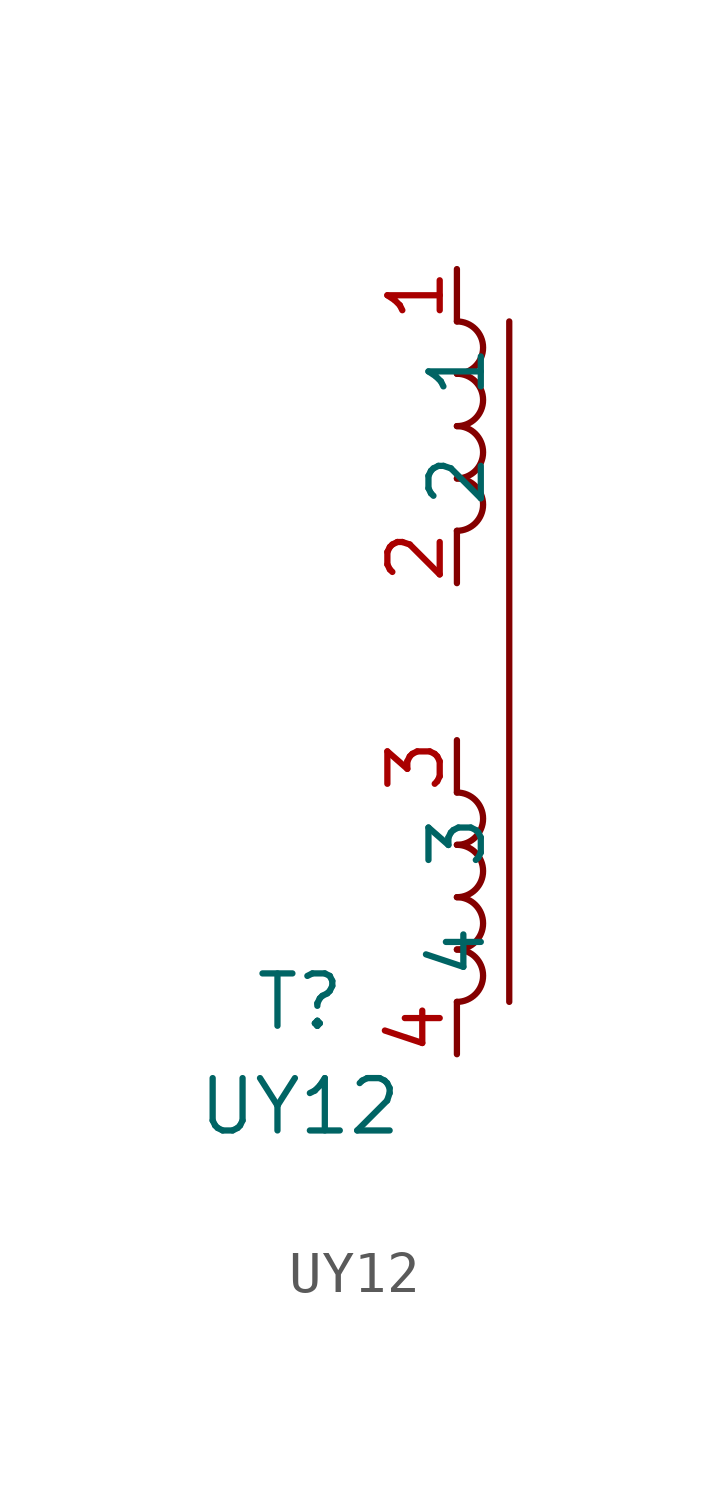
<source format=kicad_sym>
(kicad_symbol_lib
  (version 20211014)
  (generator kicad_symbol_editor)
  (symbol "UY12"
    (property "Reference" "T"
      (at -7.62 -11.43 0)
      (effects (font (size 1.27 1.27))))
    (property "Value" "UY12"
      (at -7.62 -13.97 0)
      (effects (font (size 1.27 1.27))))
    (symbol "UY12_0_1"
      (arc (start -3.81 -11.43) (mid -3.175 -10.795) (end -3.81 -10.16) (stroke (width 0) (type default) (color 0 0 0 0)) (fill (type none)))
      (arc (start -3.81 -10.16) (mid -3.175 -9.525) (end -3.81 -8.89) (stroke (width 0) (type default) (color 0 0 0 0)) (fill (type none)))
      (arc (start -3.81 -8.89) (mid -3.175 -8.255) (end -3.81 -7.62) (stroke (width 0) (type default) (color 0 0 0 0)) (fill (type none)))
      (arc (start -3.81 -7.62) (mid -3.175 -6.985) (end -3.81 -6.35) (stroke (width 0) (type default) (color 0 0 0 0)) (fill (type none)))
      (arc (start -3.81 0) (mid -3.175 0.635) (end -3.81 1.27) (stroke (width 0) (type default) (color 0 0 0 0)) (fill (type none)))
      (arc (start -3.81 1.27) (mid -3.175 1.905) (end -3.81 2.54) (stroke (width 0) (type default) (color 0 0 0 0)) (fill (type none)))
      (arc (start -3.81 2.54) (mid -3.175 3.175) (end -3.81 3.81) (stroke (width 0) (type default) (color 0 0 0 0)) (fill (type none)))
      (arc (start -3.81 3.81) (mid -3.175 4.445) (end -3.81 5.08) (stroke (width 0) (type default) (color 0 0 0 0)) (fill (type none)))
      (polyline (pts (xy -2.54 5.08) (xy -2.54 -11.43)) (stroke (width 0.152) (type default) (color 0 0 0 0)) (fill (type none))))
    (symbol "UY12_1_1"
      (pin passive line (at -3.81 6.35 270) (length 1.27) (name "1" (effects (font (size 1.27 1.27)))) (number "1" (effects (font (size 1.27 1.27)))))
      (pin passive line (at -3.81 -1.27 90) (length 1.27) (name "2" (effects (font (size 1.27 1.27)))) (number "2" (effects (font (size 1.27 1.27)))))
      (pin passive line (at -3.81 -5.08 270) (length 1.27) (name "3" (effects (font (size 1.27 1.27)))) (number "3" (effects (font (size 1.27 1.27)))))
      (pin passive line (at -3.81 -12.7 90) (length 1.27) (name "4" (effects (font (size 1.27 1.27)))) (number "4" (effects (font (size 1.27 1.27))))))))
</source>
